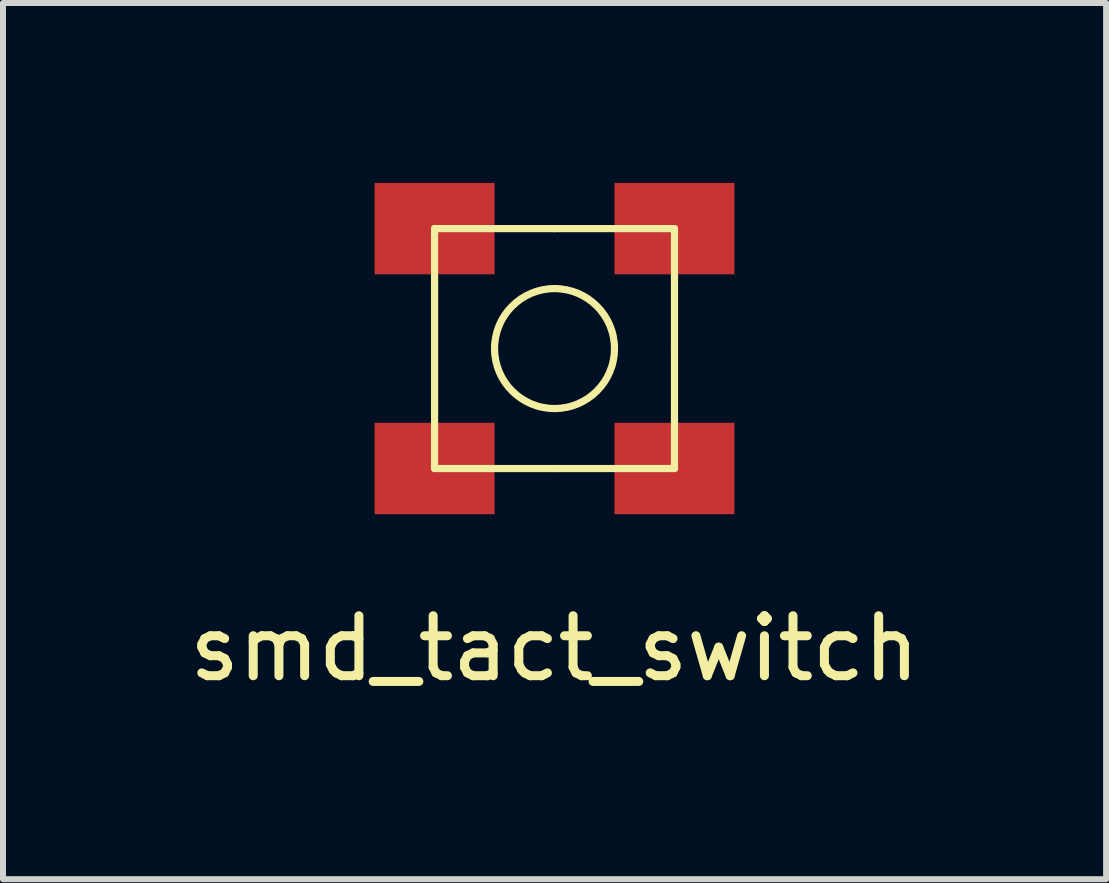
<source format=kicad_pcb>
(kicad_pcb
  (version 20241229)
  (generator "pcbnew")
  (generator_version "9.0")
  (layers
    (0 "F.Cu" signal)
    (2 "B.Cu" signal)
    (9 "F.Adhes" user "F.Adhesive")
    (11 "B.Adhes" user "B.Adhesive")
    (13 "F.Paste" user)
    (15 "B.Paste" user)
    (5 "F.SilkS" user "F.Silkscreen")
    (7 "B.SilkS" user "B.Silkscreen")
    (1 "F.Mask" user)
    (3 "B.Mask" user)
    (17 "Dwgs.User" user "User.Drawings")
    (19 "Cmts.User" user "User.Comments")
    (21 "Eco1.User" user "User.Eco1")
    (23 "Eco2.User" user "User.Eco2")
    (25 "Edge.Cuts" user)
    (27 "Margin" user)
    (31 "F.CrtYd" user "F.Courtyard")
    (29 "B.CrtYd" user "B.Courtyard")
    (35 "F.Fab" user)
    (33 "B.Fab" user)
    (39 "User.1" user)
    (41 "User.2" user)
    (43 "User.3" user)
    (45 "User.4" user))
  (footprint "smd_tact_switch"
    (layer "F.Cu")
    (at 6.196 2.762)
    (property "Reference" "smd_tact_switch" (at 0 5 0) (layer "F.SilkS") (effects (font (size 1 1) (thickness 0.15))))
    (attr through_hole)
    (fp_line (start -2 -2) (end 0 -2) (stroke (width 0.12) (type solid)) (layer "F.SilkS"))
    (fp_line (start -2 0) (end -2 -2) (stroke (width 0.12) (type solid)) (layer "F.SilkS"))
    (fp_line (start -2 2) (end -2 0) (stroke (width 0.12) (type solid)) (layer "F.SilkS"))
    (fp_line (start 0 -2) (end 2 -2) (stroke (width 0.12) (type solid)) (layer "F.SilkS"))
    (fp_line (start 0 2) (end -2 2) (stroke (width 0.12) (type solid)) (layer "F.SilkS"))
    (fp_line (start 2 -2) (end 2 0) (stroke (width 0.12) (type solid)) (layer "F.SilkS"))
    (fp_line (start 2 0) (end 2 2) (stroke (width 0.12) (type solid)) (layer "F.SilkS"))
    (fp_line (start 2 2) (end 0 2) (stroke (width 0.12) (type solid)) (layer "F.SilkS"))
    (fp_circle (center 0 0) (end 1 0) (stroke (width 0.12) (type solid)) (fill no) (layer "F.SilkS"))
    (pad "1" smd rect (at -2 -2) (size 2 1.524) (layers "F.Cu" "F.Mask" "F.Paste"))
    (pad "1" smd rect (at 2 -2) (size 2 1.524) (layers "F.Cu" "F.Mask" "F.Paste"))
    (pad "2" smd rect (at -2 2) (size 2 1.524) (layers "F.Cu" "F.Mask" "F.Paste"))
    (pad "2" smd rect (at 2 2) (size 2 1.524) (layers "F.Cu" "F.Mask" "F.Paste")))
  (gr_rect
    (start -3 -3)
    (end 15.393 11.61)
    (stroke (width 0.1) (type default))
    (fill no)
    (layer "Edge.Cuts")))
</source>
